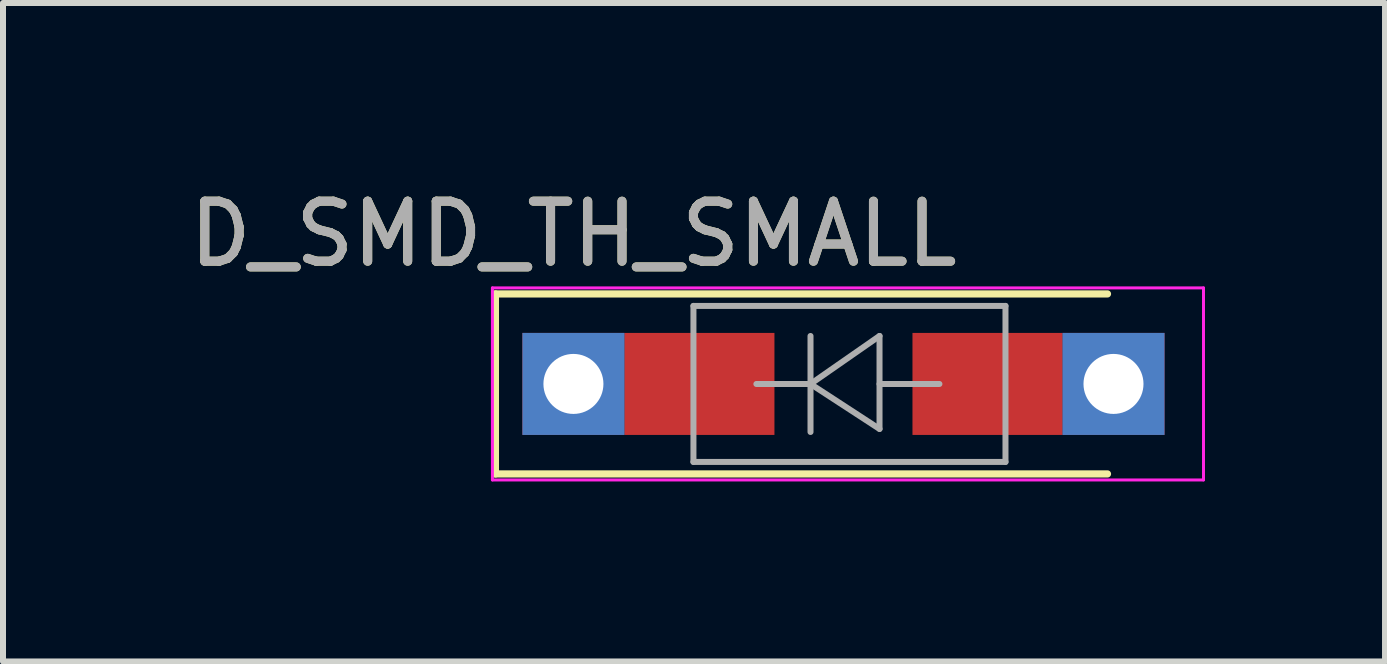
<source format=kicad_pcb>
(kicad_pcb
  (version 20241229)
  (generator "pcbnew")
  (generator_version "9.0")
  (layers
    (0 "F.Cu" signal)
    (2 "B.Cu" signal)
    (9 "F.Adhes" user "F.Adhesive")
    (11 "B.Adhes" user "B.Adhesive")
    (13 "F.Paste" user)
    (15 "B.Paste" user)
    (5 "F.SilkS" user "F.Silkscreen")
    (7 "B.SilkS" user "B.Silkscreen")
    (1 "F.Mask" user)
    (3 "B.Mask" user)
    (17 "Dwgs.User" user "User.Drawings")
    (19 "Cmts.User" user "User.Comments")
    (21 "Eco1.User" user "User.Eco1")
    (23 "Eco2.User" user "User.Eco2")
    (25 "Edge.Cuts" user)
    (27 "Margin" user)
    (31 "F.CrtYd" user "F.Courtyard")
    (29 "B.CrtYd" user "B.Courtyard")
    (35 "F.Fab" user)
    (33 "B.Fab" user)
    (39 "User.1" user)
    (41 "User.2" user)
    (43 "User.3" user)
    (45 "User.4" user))
  (footprint "D_SMD_TH_SMALL"
    (layer "F.Cu")
    (at 9.856 3.248)
    (property "Reference" "D_SMD_TH_SMALL" (at -3.35 -2.4 0) (layer "F.SilkS") (effects (font (size 1 1) (thickness 0.15))))
    (attr through_hole)
    (fp_line (start -4.65 -1.4) (end -4.65 1.6) (stroke (width 0.12) (type solid)) (layer "F.SilkS"))
    (fp_line (start -4.65 1.6) (end 5.55 1.6) (stroke (width 0.12) (type solid)) (layer "F.SilkS"))
    (fp_line (start 5.55 -1.4) (end -4.65 -1.4) (stroke (width 0.12) (type solid)) (layer "F.SilkS"))
    (fp_line (start -4.7 -1.5) (end 7.15 -1.5) (stroke (width 0.05) (type solid)) (layer "F.CrtYd"))
    (fp_line (start -4.7 1.7) (end -4.7 -1.5) (stroke (width 0.05) (type solid)) (layer "F.CrtYd"))
    (fp_line (start 7.15 -1.5) (end 7.15 1.7) (stroke (width 0.05) (type solid)) (layer "F.CrtYd"))
    (fp_line (start 7.15 1.7) (end -4.7 1.7) (stroke (width 0.05) (type solid)) (layer "F.CrtYd"))
    (fp_line (start -1.35 -1.2) (end -1.35 1.4) (stroke (width 0.1) (type solid)) (layer "F.Fab"))
    (fp_line (start -1.35 1.4) (end 3.85 1.4) (stroke (width 0.1) (type solid)) (layer "F.Fab"))
    (fp_line (start 0.601 -0.699) (end 0.601 0.901) (stroke (width 0.1) (type solid)) (layer "F.Fab"))
    (fp_line (start 0.601 0.101) (end -0.301 0.101) (stroke (width 0.1) (type solid)) (layer "F.Fab"))
    (fp_line (start 0.601 0.101) (end 1.751 -0.699) (stroke (width 0.1) (type solid)) (layer "F.Fab"))
    (fp_line (start 0.601 0.101) (end 1.751 0.85) (stroke (width 0.1) (type solid)) (layer "F.Fab"))
    (fp_line (start 1.751 0.101) (end 2.749 0.101) (stroke (width 0.1) (type solid)) (layer "F.Fab"))
    (fp_line (start 1.751 0.85) (end 1.751 -0.699) (stroke (width 0.1) (type solid)) (layer "F.Fab"))
    (fp_line (start 3.85 -1.2) (end -1.35 -1.2) (stroke (width 0.1) (type solid)) (layer "F.Fab"))
    (fp_line (start 3.85 1.4) (end 3.85 -1.2) (stroke (width 0.1) (type solid)) (layer "F.Fab"))
    (fp_text user "${REFERENCE}" (at -3.35 -2.4 0) (layer "F.Fab") (effects (font (size 1 1) (thickness 0.15))))
    (pad "1" thru_hole rect (at -3.35 0.1) (size 1.7 1.7) (drill 1) (layers "*.Cu" "*.Mask"))
    (pad "1" smd rect (at -0.15 0.1 180) (size 2.5 1.7) (drill (offset 1.1 0)) (layers "F.Cu" "F.Mask" "F.Paste"))
    (pad "2" smd rect (at 4.65 0.1 180) (size 2.5 1.7) (drill (offset 1.1 0)) (layers "F.Cu" "F.Mask" "F.Paste"))
    (pad "2" thru_hole rect (at 5.65 0.1 180) (size 1.7 1.7) (drill 1) (layers "*.Cu" "*.Mask")))
  (gr_rect
    (start -3 -3)
    (end 20.031 7.973)
    (stroke (width 0.1) (type default))
    (fill no)
    (layer "Edge.Cuts")))
</source>
